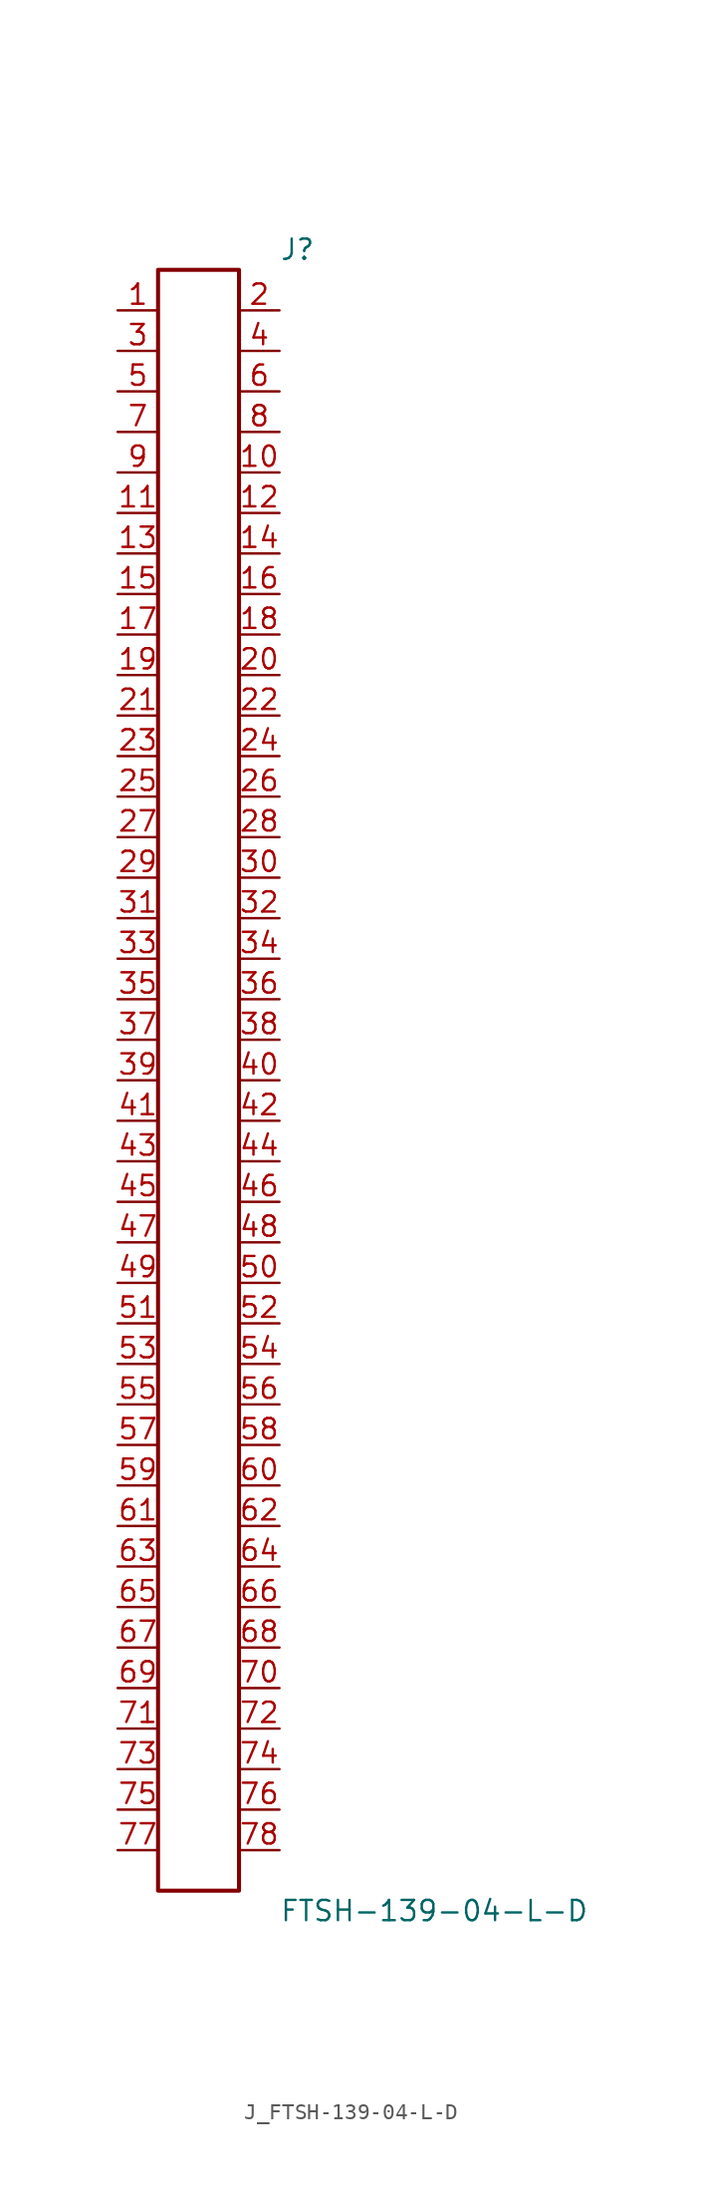
<source format=kicad_sym>
(kicad_symbol_lib
  (version 20231120)
  (generator kicad_symbol_editor)
  (generator_version 8.0)
  (symbol "J_FTSH-139-04-L-D"
    (pin_names
      (offset 0.254))
    (property "Reference" "J"
      (at 5.08 52.07 0)
      (effects (font (size 1.27 1.27)) (justify left)))
    (property "Value" "FTSH-139-04-L-D"
      (at 5.08 -52.07 0)
      (effects (font (size 1.27 1.27)) (justify left)))
    (symbol "J_FTSH-139-04-L-D_0_0"
      (pin passive line (at -5.08 48.26 0) (length 2.54) (name "" (effects (font (size 1.27 1.27)))) (number "1" (effects (font (size 1.27 1.27)))))
      (pin passive line (at 5.08 48.26 180) (length 2.54) (name "" (effects (font (size 1.27 1.27)))) (number "2" (effects (font (size 1.27 1.27)))))
      (pin passive line (at -5.08 45.72 0) (length 2.54) (name "" (effects (font (size 1.27 1.27)))) (number "3" (effects (font (size 1.27 1.27)))))
      (pin passive line (at 5.08 45.72 180) (length 2.54) (name "" (effects (font (size 1.27 1.27)))) (number "4" (effects (font (size 1.27 1.27)))))
      (pin passive line (at -5.08 43.18 0) (length 2.54) (name "" (effects (font (size 1.27 1.27)))) (number "5" (effects (font (size 1.27 1.27)))))
      (pin passive line (at 5.08 43.18 180) (length 2.54) (name "" (effects (font (size 1.27 1.27)))) (number "6" (effects (font (size 1.27 1.27)))))
      (pin passive line (at -5.08 40.64 0) (length 2.54) (name "" (effects (font (size 1.27 1.27)))) (number "7" (effects (font (size 1.27 1.27)))))
      (pin passive line (at 5.08 40.64 180) (length 2.54) (name "" (effects (font (size 1.27 1.27)))) (number "8" (effects (font (size 1.27 1.27)))))
      (pin passive line (at -5.08 38.1 0) (length 2.54) (name "" (effects (font (size 1.27 1.27)))) (number "9" (effects (font (size 1.27 1.27)))))
      (pin passive line (at 5.08 38.1 180) (length 2.54) (name "" (effects (font (size 1.27 1.27)))) (number "10" (effects (font (size 1.27 1.27)))))
      (pin passive line (at -5.08 35.56 0) (length 2.54) (name "" (effects (font (size 1.27 1.27)))) (number "11" (effects (font (size 1.27 1.27)))))
      (pin passive line (at 5.08 35.56 180) (length 2.54) (name "" (effects (font (size 1.27 1.27)))) (number "12" (effects (font (size 1.27 1.27)))))
      (pin passive line (at -5.08 33.02 0) (length 2.54) (name "" (effects (font (size 1.27 1.27)))) (number "13" (effects (font (size 1.27 1.27)))))
      (pin passive line (at 5.08 33.02 180) (length 2.54) (name "" (effects (font (size 1.27 1.27)))) (number "14" (effects (font (size 1.27 1.27)))))
      (pin passive line (at -5.08 30.48 0) (length 2.54) (name "" (effects (font (size 1.27 1.27)))) (number "15" (effects (font (size 1.27 1.27)))))
      (pin passive line (at 5.08 30.48 180) (length 2.54) (name "" (effects (font (size 1.27 1.27)))) (number "16" (effects (font (size 1.27 1.27)))))
      (pin passive line (at -5.08 27.94 0) (length 2.54) (name "" (effects (font (size 1.27 1.27)))) (number "17" (effects (font (size 1.27 1.27)))))
      (pin passive line (at 5.08 27.94 180) (length 2.54) (name "" (effects (font (size 1.27 1.27)))) (number "18" (effects (font (size 1.27 1.27)))))
      (pin passive line (at -5.08 25.4 0) (length 2.54) (name "" (effects (font (size 1.27 1.27)))) (number "19" (effects (font (size 1.27 1.27)))))
      (pin passive line (at 5.08 25.4 180) (length 2.54) (name "" (effects (font (size 1.27 1.27)))) (number "20" (effects (font (size 1.27 1.27)))))
      (pin passive line (at -5.08 22.86 0) (length 2.54) (name "" (effects (font (size 1.27 1.27)))) (number "21" (effects (font (size 1.27 1.27)))))
      (pin passive line (at 5.08 22.86 180) (length 2.54) (name "" (effects (font (size 1.27 1.27)))) (number "22" (effects (font (size 1.27 1.27)))))
      (pin passive line (at -5.08 20.32 0) (length 2.54) (name "" (effects (font (size 1.27 1.27)))) (number "23" (effects (font (size 1.27 1.27)))))
      (pin passive line (at 5.08 20.32 180) (length 2.54) (name "" (effects (font (size 1.27 1.27)))) (number "24" (effects (font (size 1.27 1.27)))))
      (pin passive line (at -5.08 17.78 0) (length 2.54) (name "" (effects (font (size 1.27 1.27)))) (number "25" (effects (font (size 1.27 1.27)))))
      (pin passive line (at 5.08 17.78 180) (length 2.54) (name "" (effects (font (size 1.27 1.27)))) (number "26" (effects (font (size 1.27 1.27)))))
      (pin passive line (at -5.08 15.24 0) (length 2.54) (name "" (effects (font (size 1.27 1.27)))) (number "27" (effects (font (size 1.27 1.27)))))
      (pin passive line (at 5.08 15.24 180) (length 2.54) (name "" (effects (font (size 1.27 1.27)))) (number "28" (effects (font (size 1.27 1.27)))))
      (pin passive line (at -5.08 12.7 0) (length 2.54) (name "" (effects (font (size 1.27 1.27)))) (number "29" (effects (font (size 1.27 1.27)))))
      (pin passive line (at 5.08 12.7 180) (length 2.54) (name "" (effects (font (size 1.27 1.27)))) (number "30" (effects (font (size 1.27 1.27)))))
      (pin passive line (at -5.08 10.16 0) (length 2.54) (name "" (effects (font (size 1.27 1.27)))) (number "31" (effects (font (size 1.27 1.27)))))
      (pin passive line (at 5.08 10.16 180) (length 2.54) (name "" (effects (font (size 1.27 1.27)))) (number "32" (effects (font (size 1.27 1.27)))))
      (pin passive line (at -5.08 7.62 0) (length 2.54) (name "" (effects (font (size 1.27 1.27)))) (number "33" (effects (font (size 1.27 1.27)))))
      (pin passive line (at 5.08 7.62 180) (length 2.54) (name "" (effects (font (size 1.27 1.27)))) (number "34" (effects (font (size 1.27 1.27)))))
      (pin passive line (at -5.08 5.08 0) (length 2.54) (name "" (effects (font (size 1.27 1.27)))) (number "35" (effects (font (size 1.27 1.27)))))
      (pin passive line (at 5.08 5.08 180) (length 2.54) (name "" (effects (font (size 1.27 1.27)))) (number "36" (effects (font (size 1.27 1.27)))))
      (pin passive line (at -5.08 2.54 0) (length 2.54) (name "" (effects (font (size 1.27 1.27)))) (number "37" (effects (font (size 1.27 1.27)))))
      (pin passive line (at 5.08 2.54 180) (length 2.54) (name "" (effects (font (size 1.27 1.27)))) (number "38" (effects (font (size 1.27 1.27)))))
      (pin passive line (at -5.08 0.0 0) (length 2.54) (name "" (effects (font (size 1.27 1.27)))) (number "39" (effects (font (size 1.27 1.27)))))
      (pin passive line (at 5.08 0.0 180) (length 2.54) (name "" (effects (font (size 1.27 1.27)))) (number "40" (effects (font (size 1.27 1.27)))))
      (pin passive line (at -5.08 -2.54 0) (length 2.54) (name "" (effects (font (size 1.27 1.27)))) (number "41" (effects (font (size 1.27 1.27)))))
      (pin passive line (at 5.08 -2.54 180) (length 2.54) (name "" (effects (font (size 1.27 1.27)))) (number "42" (effects (font (size 1.27 1.27)))))
      (pin passive line (at -5.08 -5.08 0) (length 2.54) (name "" (effects (font (size 1.27 1.27)))) (number "43" (effects (font (size 1.27 1.27)))))
      (pin passive line (at 5.08 -5.08 180) (length 2.54) (name "" (effects (font (size 1.27 1.27)))) (number "44" (effects (font (size 1.27 1.27)))))
      (pin passive line (at -5.08 -7.62 0) (length 2.54) (name "" (effects (font (size 1.27 1.27)))) (number "45" (effects (font (size 1.27 1.27)))))
      (pin passive line (at 5.08 -7.62 180) (length 2.54) (name "" (effects (font (size 1.27 1.27)))) (number "46" (effects (font (size 1.27 1.27)))))
      (pin passive line (at -5.08 -10.16 0) (length 2.54) (name "" (effects (font (size 1.27 1.27)))) (number "47" (effects (font (size 1.27 1.27)))))
      (pin passive line (at 5.08 -10.16 180) (length 2.54) (name "" (effects (font (size 1.27 1.27)))) (number "48" (effects (font (size 1.27 1.27)))))
      (pin passive line (at -5.08 -12.7 0) (length 2.54) (name "" (effects (font (size 1.27 1.27)))) (number "49" (effects (font (size 1.27 1.27)))))
      (pin passive line (at 5.08 -12.7 180) (length 2.54) (name "" (effects (font (size 1.27 1.27)))) (number "50" (effects (font (size 1.27 1.27)))))
      (pin passive line (at -5.08 -15.24 0) (length 2.54) (name "" (effects (font (size 1.27 1.27)))) (number "51" (effects (font (size 1.27 1.27)))))
      (pin passive line (at 5.08 -15.24 180) (length 2.54) (name "" (effects (font (size 1.27 1.27)))) (number "52" (effects (font (size 1.27 1.27)))))
      (pin passive line (at -5.08 -17.78 0) (length 2.54) (name "" (effects (font (size 1.27 1.27)))) (number "53" (effects (font (size 1.27 1.27)))))
      (pin passive line (at 5.08 -17.78 180) (length 2.54) (name "" (effects (font (size 1.27 1.27)))) (number "54" (effects (font (size 1.27 1.27)))))
      (pin passive line (at -5.08 -20.32 0) (length 2.54) (name "" (effects (font (size 1.27 1.27)))) (number "55" (effects (font (size 1.27 1.27)))))
      (pin passive line (at 5.08 -20.32 180) (length 2.54) (name "" (effects (font (size 1.27 1.27)))) (number "56" (effects (font (size 1.27 1.27)))))
      (pin passive line (at -5.08 -22.86 0) (length 2.54) (name "" (effects (font (size 1.27 1.27)))) (number "57" (effects (font (size 1.27 1.27)))))
      (pin passive line (at 5.08 -22.86 180) (length 2.54) (name "" (effects (font (size 1.27 1.27)))) (number "58" (effects (font (size 1.27 1.27)))))
      (pin passive line (at -5.08 -25.4 0) (length 2.54) (name "" (effects (font (size 1.27 1.27)))) (number "59" (effects (font (size 1.27 1.27)))))
      (pin passive line (at 5.08 -25.4 180) (length 2.54) (name "" (effects (font (size 1.27 1.27)))) (number "60" (effects (font (size 1.27 1.27)))))
      (pin passive line (at -5.08 -27.94 0) (length 2.54) (name "" (effects (font (size 1.27 1.27)))) (number "61" (effects (font (size 1.27 1.27)))))
      (pin passive line (at 5.08 -27.94 180) (length 2.54) (name "" (effects (font (size 1.27 1.27)))) (number "62" (effects (font (size 1.27 1.27)))))
      (pin passive line (at -5.08 -30.48 0) (length 2.54) (name "" (effects (font (size 1.27 1.27)))) (number "63" (effects (font (size 1.27 1.27)))))
      (pin passive line (at 5.08 -30.48 180) (length 2.54) (name "" (effects (font (size 1.27 1.27)))) (number "64" (effects (font (size 1.27 1.27)))))
      (pin passive line (at -5.08 -33.02 0) (length 2.54) (name "" (effects (font (size 1.27 1.27)))) (number "65" (effects (font (size 1.27 1.27)))))
      (pin passive line (at 5.08 -33.02 180) (length 2.54) (name "" (effects (font (size 1.27 1.27)))) (number "66" (effects (font (size 1.27 1.27)))))
      (pin passive line (at -5.08 -35.56 0) (length 2.54) (name "" (effects (font (size 1.27 1.27)))) (number "67" (effects (font (size 1.27 1.27)))))
      (pin passive line (at 5.08 -35.56 180) (length 2.54) (name "" (effects (font (size 1.27 1.27)))) (number "68" (effects (font (size 1.27 1.27)))))
      (pin passive line (at -5.08 -38.1 0) (length 2.54) (name "" (effects (font (size 1.27 1.27)))) (number "69" (effects (font (size 1.27 1.27)))))
      (pin passive line (at 5.08 -38.1 180) (length 2.54) (name "" (effects (font (size 1.27 1.27)))) (number "70" (effects (font (size 1.27 1.27)))))
      (pin passive line (at -5.08 -40.64 0) (length 2.54) (name "" (effects (font (size 1.27 1.27)))) (number "71" (effects (font (size 1.27 1.27)))))
      (pin passive line (at 5.08 -40.64 180) (length 2.54) (name "" (effects (font (size 1.27 1.27)))) (number "72" (effects (font (size 1.27 1.27)))))
      (pin passive line (at -5.08 -43.18 0) (length 2.54) (name "" (effects (font (size 1.27 1.27)))) (number "73" (effects (font (size 1.27 1.27)))))
      (pin passive line (at 5.08 -43.18 180) (length 2.54) (name "" (effects (font (size 1.27 1.27)))) (number "74" (effects (font (size 1.27 1.27)))))
      (pin passive line (at -5.08 -45.72 0) (length 2.54) (name "" (effects (font (size 1.27 1.27)))) (number "75" (effects (font (size 1.27 1.27)))))
      (pin passive line (at 5.08 -45.72 180) (length 2.54) (name "" (effects (font (size 1.27 1.27)))) (number "76" (effects (font (size 1.27 1.27)))))
      (pin passive line (at -5.08 -48.26 0) (length 2.54) (name "" (effects (font (size 1.27 1.27)))) (number "77" (effects (font (size 1.27 1.27)))))
      (pin passive line (at 5.08 -48.26 180) (length 2.54) (name "" (effects (font (size 1.27 1.27)))) (number "78" (effects (font (size 1.27 1.27))))))
    (symbol "J_FTSH-139-04-L-D_1_0"
      (rectangle (start -2.54 50.8) (end 2.54 -50.8) (stroke (width 0.254) (type solid)) (fill (type none))))))
</source>
